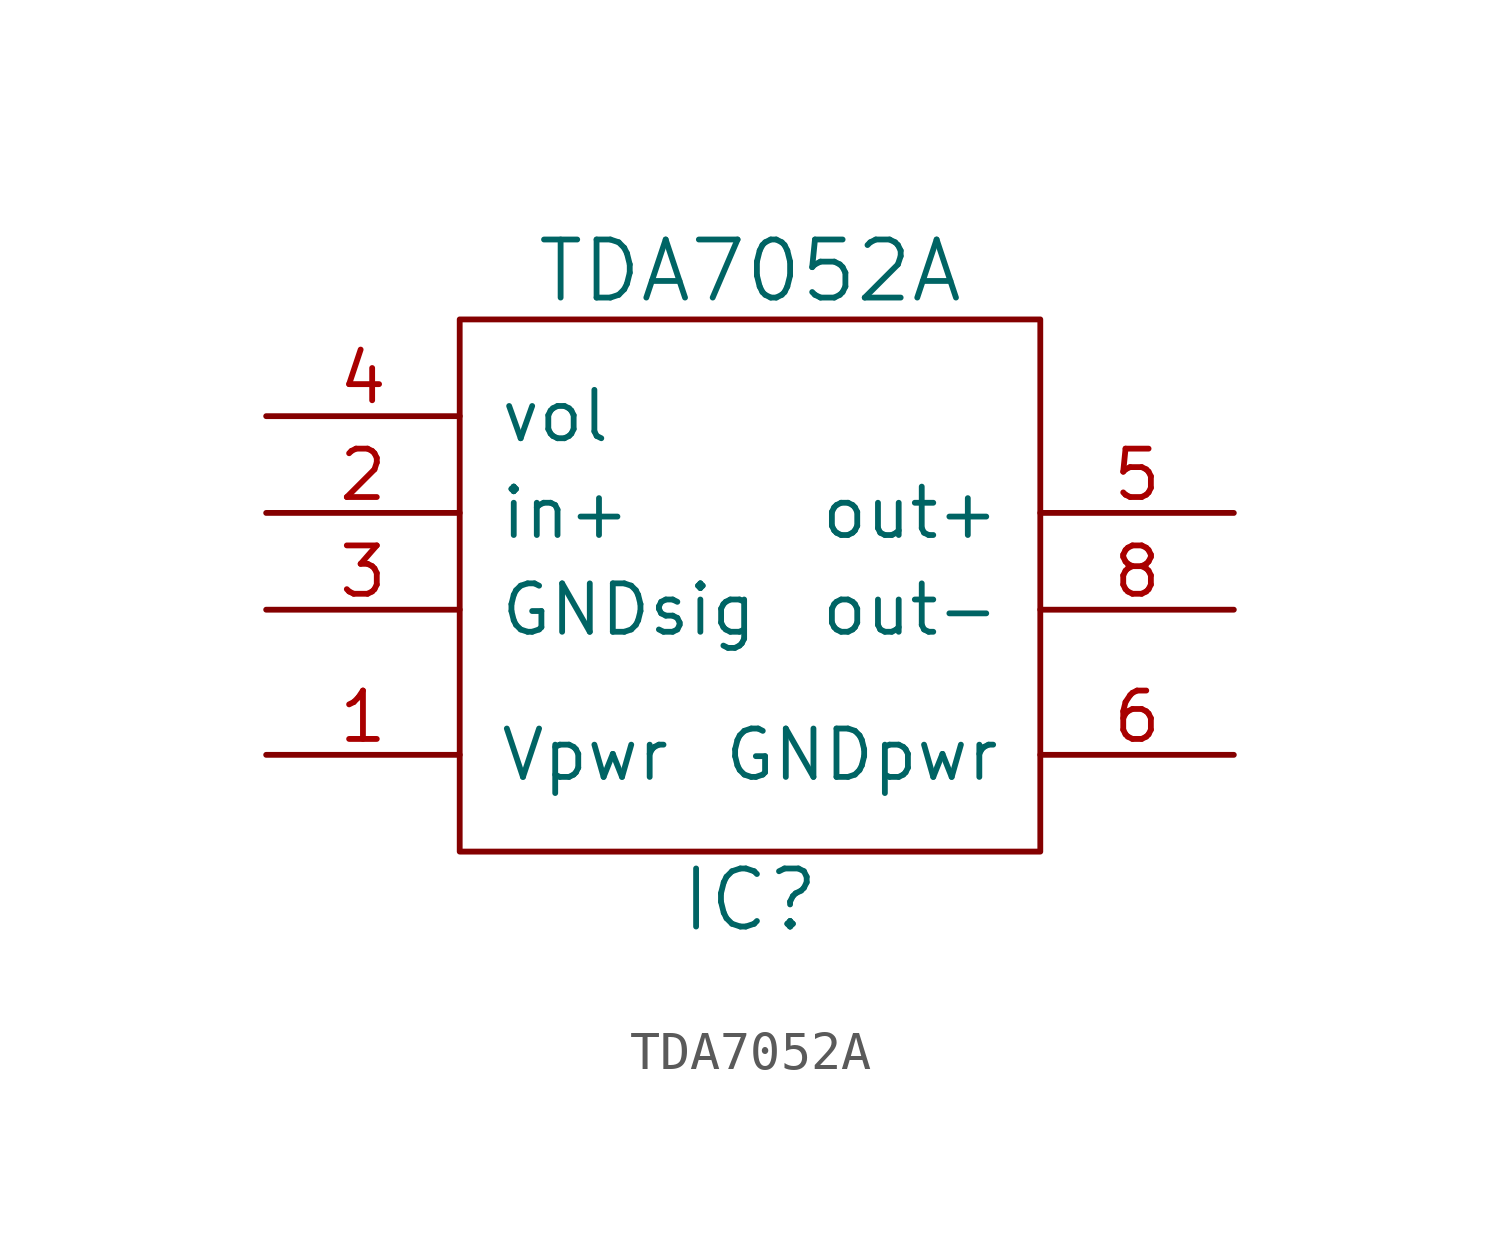
<source format=kicad_sym>
(kicad_symbol_lib
  (version 20220914)
  (generator kicad_symbol_editor)
  (symbol "TDA7052A"
    (pin_names
      (offset 1.016))
    (property "Reference" "IC"
      (at 0 -8.89 0)
      (effects (font (size 1.524 1.524))))
    (property "Value" "TDA7052A"
      (at 0 7.62 0)
      (effects (font (size 1.524 1.524))))
    (symbol "TDA7052A_0_1"
      (rectangle (start -7.62 6.35) (end 7.62 -7.62) (stroke (width 0) (type solid)) (fill (type none))))
    (symbol "TDA7052A_1_1"
      (pin power_in line (at -12.7 -5.08 0) (length 5.08) (name "Vpwr" (effects (font (size 1.27 1.27)))) (number "1" (effects (font (size 1.27 1.27)))))
      (pin input line (at -12.7 1.27 0) (length 5.08) (name "in+" (effects (font (size 1.27 1.27)))) (number "2" (effects (font (size 1.27 1.27)))))
      (pin power_in line (at -12.7 -1.27 0) (length 5.08) (name "GNDsig" (effects (font (size 1.27 1.27)))) (number "3" (effects (font (size 1.27 1.27)))))
      (pin output line (at -12.7 3.81 0) (length 5.08) (name "vol" (effects (font (size 1.27 1.27)))) (number "4" (effects (font (size 1.27 1.27)))))
      (pin output line (at 12.7 1.27 180) (length 5.08) (name "out+" (effects (font (size 1.27 1.27)))) (number "5" (effects (font (size 1.27 1.27)))))
      (pin power_in line (at 12.7 -5.08 180) (length 5.08) (name "GNDpwr" (effects (font (size 1.27 1.27)))) (number "6" (effects (font (size 1.27 1.27)))))
      (pin output line (at 12.7 -1.27 180) (length 5.08) (name "out-" (effects (font (size 1.27 1.27)))) (number "8" (effects (font (size 1.27 1.27))))))))
</source>
